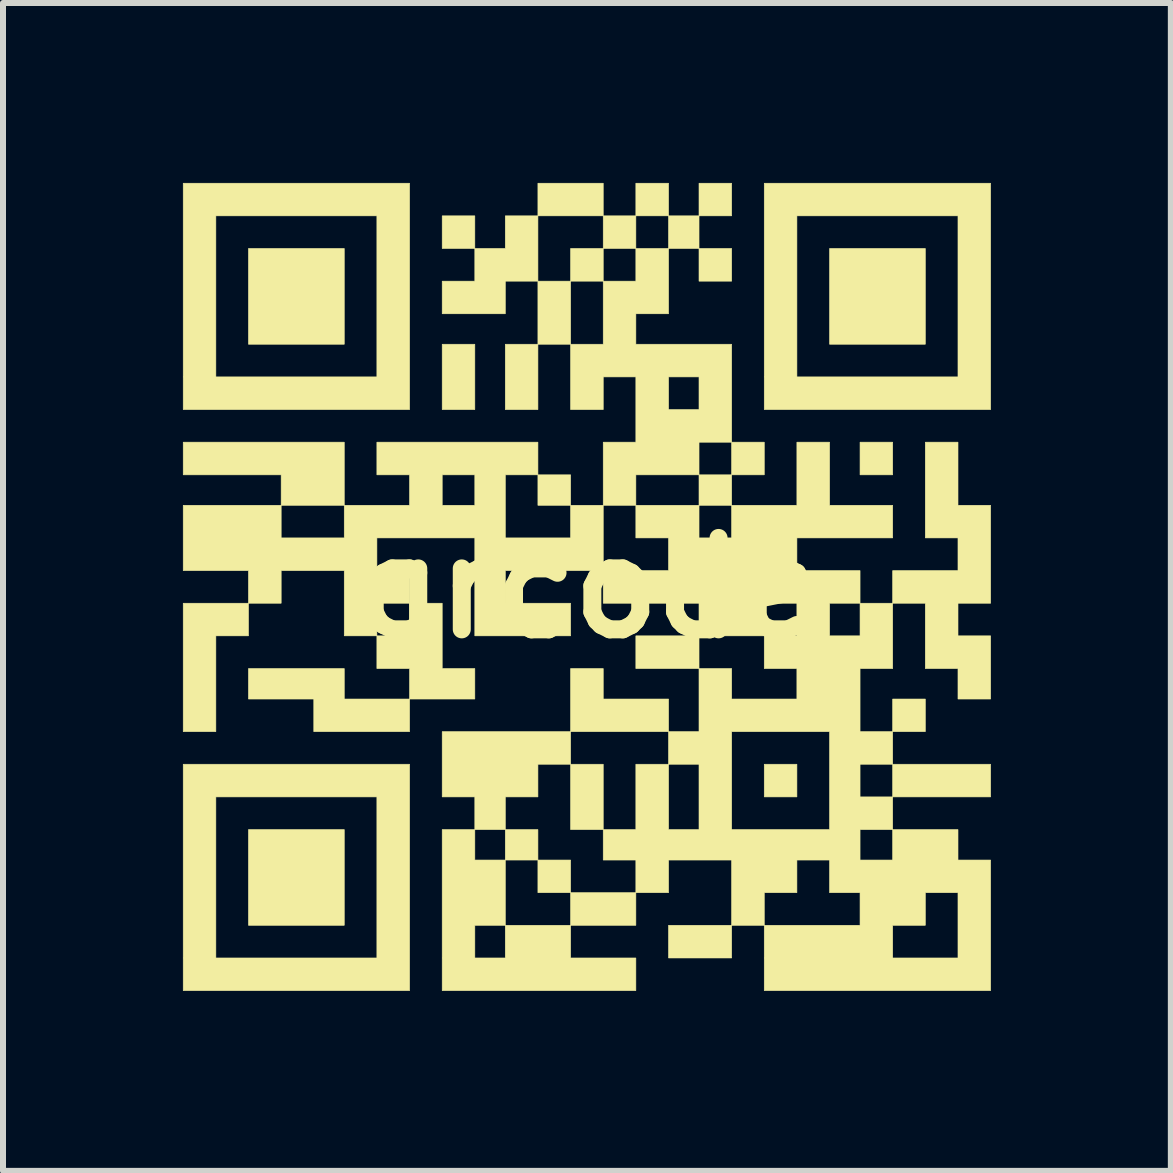
<source format=kicad_pcb>
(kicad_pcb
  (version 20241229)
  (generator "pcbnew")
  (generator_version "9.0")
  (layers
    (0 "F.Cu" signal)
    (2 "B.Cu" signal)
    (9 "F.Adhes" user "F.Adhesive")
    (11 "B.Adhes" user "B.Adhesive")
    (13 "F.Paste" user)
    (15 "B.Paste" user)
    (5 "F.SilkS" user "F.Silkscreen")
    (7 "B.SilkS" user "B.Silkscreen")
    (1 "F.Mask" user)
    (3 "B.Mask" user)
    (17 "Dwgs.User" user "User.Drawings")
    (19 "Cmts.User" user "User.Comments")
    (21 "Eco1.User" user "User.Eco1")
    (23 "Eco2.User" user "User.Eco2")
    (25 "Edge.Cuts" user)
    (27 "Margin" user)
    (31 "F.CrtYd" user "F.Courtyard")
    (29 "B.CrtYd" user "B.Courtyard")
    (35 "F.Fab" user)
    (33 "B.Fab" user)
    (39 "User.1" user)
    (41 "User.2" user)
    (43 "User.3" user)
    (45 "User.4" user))
  (footprint "qrcode"
    (layer "F.Cu")
    (at 6.754 6.754)
    (property "Reference" "qrcode" (at 0 0 0) (layer "F.SilkS") (effects (font (size 1.524 1.524) (thickness 0.3))))
    (attr through_hole)
    (fp_poly (pts (xy -4.064 -4.064) (xy -5.661 -4.064) (xy -5.661 -5.661) (xy -4.064 -5.661) (xy -4.064 -4.064)) (stroke (width 0.01) (type solid)) (fill yes) (layer "F.SilkS"))
    (fp_poly (pts (xy -4.064 5.624) (xy -5.661 5.624) (xy -5.661 4.028) (xy -4.064 4.028) (xy -4.064 5.624)) (stroke (width 0.01) (type solid)) (fill yes) (layer "F.SilkS"))
    (fp_poly (pts (xy -2.431 -5.661) (xy -2.431 -6.205) (xy -1.887 -6.205) (xy -1.887 -5.661) (xy -2.431 -5.661)) (stroke (width 0.01) (type solid)) (fill yes) (layer "F.SilkS"))
    (fp_poly (pts (xy -1.887 -2.975) (xy -2.431 -2.975) (xy -2.431 -4.064) (xy -1.887 -4.064) (xy -1.887 -2.975)) (stroke (width 0.01) (type solid)) (fill yes) (layer "F.SilkS"))
    (fp_poly (pts (xy -1.379 4.536) (xy -1.379 4.028) (xy -0.835 4.028) (xy -0.835 4.536) (xy -1.379 4.536)) (stroke (width 0.01) (type solid)) (fill yes) (layer "F.SilkS"))
    (fp_poly (pts (xy -0.835 -6.205) (xy -0.835 -6.749) (xy 0.254 -6.749) (xy 0.254 -6.205) (xy -0.835 -6.205)) (stroke (width 0.01) (type solid)) (fill yes) (layer "F.SilkS"))
    (fp_poly (pts (xy -0.835 -5.116) (xy -0.29 -5.116) (xy -0.29 -4.064) (xy -0.835 -4.064) (xy -0.835 -5.116)) (stroke (width 0.01) (type solid)) (fill yes) (layer "F.SilkS"))
    (fp_poly (pts (xy -0.835 -2.975) (xy -1.379 -2.975) (xy -1.379 -4.064) (xy -0.835 -4.064) (xy -0.835 -2.975)) (stroke (width 0.01) (type solid)) (fill yes) (layer "F.SilkS"))
    (fp_poly (pts (xy -0.835 -1.379) (xy -0.835 -1.887) (xy -0.29 -1.887) (xy -0.29 -1.379) (xy -0.835 -1.379)) (stroke (width 0.01) (type solid)) (fill yes) (layer "F.SilkS"))
    (fp_poly (pts (xy -0.29 4.536) (xy -0.29 5.08) (xy -0.835 5.08) (xy -0.835 4.536) (xy -0.29 4.536)) (stroke (width 0.01) (type solid)) (fill yes) (layer "F.SilkS"))
    (fp_poly (pts (xy 0.254 -5.116) (xy -0.29 -5.116) (xy -0.29 -5.661) (xy 0.254 -5.661) (xy 0.254 -5.116)) (stroke (width 0.01) (type solid)) (fill yes) (layer "F.SilkS"))
    (fp_poly (pts (xy 0.254 4.028) (xy -0.29 4.028) (xy -0.29 2.939) (xy 0.254 2.939) (xy 0.254 4.028)) (stroke (width 0.01) (type solid)) (fill yes) (layer "F.SilkS"))
    (fp_poly (pts (xy 1.851 -6.749) (xy 2.395 -6.749) (xy 2.395 -6.205) (xy 1.851 -6.205) (xy 1.851 -6.749)) (stroke (width 0.01) (type solid)) (fill yes) (layer "F.SilkS"))
    (fp_poly (pts (xy 2.395 -5.116) (xy 1.851 -5.116) (xy 1.851 -5.661) (xy 2.395 -5.661) (xy 2.395 -5.116)) (stroke (width 0.01) (type solid)) (fill yes) (layer "F.SilkS"))
    (fp_poly (pts (xy 2.395 -2.431) (xy 2.939 -2.431) (xy 2.939 -1.887) (xy 2.395 -1.887) (xy 2.395 -2.431)) (stroke (width 0.01) (type solid)) (fill yes) (layer "F.SilkS"))
    (fp_poly (pts (xy 2.395 6.169) (xy 1.343 6.169) (xy 1.343 5.624) (xy 2.395 5.624) (xy 2.395 6.169)) (stroke (width 0.01) (type solid)) (fill yes) (layer "F.SilkS"))
    (fp_poly (pts (xy 3.483 3.483) (xy 2.939 3.483) (xy 2.939 2.939) (xy 3.483 2.939) (xy 3.483 3.483)) (stroke (width 0.01) (type solid)) (fill yes) (layer "F.SilkS"))
    (fp_poly (pts (xy 5.08 -1.887) (xy 4.536 -1.887) (xy 4.536 -2.431) (xy 5.08 -2.431) (xy 5.08 -1.887)) (stroke (width 0.01) (type solid)) (fill yes) (layer "F.SilkS"))
    (fp_poly (pts (xy 5.08 1.851) (xy 5.624 1.851) (xy 5.624 2.395) (xy 5.08 2.395) (xy 5.08 1.851)) (stroke (width 0.01) (type solid)) (fill yes) (layer "F.SilkS"))
    (fp_poly (pts (xy 5.08 2.939) (xy 6.713 2.939) (xy 6.713 3.483) (xy 5.08 3.483) (xy 5.08 2.939)) (stroke (width 0.01) (type solid)) (fill yes) (layer "F.SilkS"))
    (fp_poly (pts (xy 5.624 -4.064) (xy 4.028 -4.064) (xy 4.028 -5.661) (xy 5.624 -5.661) (xy 5.624 -4.064)) (stroke (width 0.01) (type solid)) (fill yes) (layer "F.SilkS"))
    (fp_poly (pts (xy -5.661 0.798) (xy -6.205 0.798) (xy -6.205 2.395) (xy -6.749 2.395) (xy -6.749 0.254) (xy -5.661 0.254) (xy -5.661 0.798)) (stroke (width 0.01) (type solid)) (fill yes) (layer "F.SilkS"))
    (fp_poly (pts (xy -2.975 2.395) (xy -4.572 2.395) (xy -4.572 1.851) (xy -5.661 1.851) (xy -5.661 1.343) (xy -4.064 1.343) (xy -4.064 1.851) (xy -2.975 1.851) (xy -2.975 2.395)) (stroke (width 0.01) (type solid)) (fill yes) (layer "F.SilkS"))
    (fp_poly (pts (xy -2.975 1.343) (xy -3.52 1.343) (xy -3.52 0.798) (xy -2.975 0.798) (xy -2.975 0.254) (xy -2.431 0.254) (xy -2.431 1.343) (xy -1.887 1.343) (xy -1.887 1.851) (xy -2.975 1.851) (xy -2.975 1.343)) (stroke (width 0.01) (type solid)) (fill yes) (layer "F.SilkS"))
    (fp_poly (pts (xy -1.379 -5.661) (xy -1.379 -6.205) (xy -0.835 -6.205) (xy -0.835 -5.116) (xy -1.379 -5.116) (xy -1.379 -4.572) (xy -2.431 -4.572) (xy -2.431 -5.116) (xy -1.887 -5.116) (xy -1.887 -5.661) (xy -1.379 -5.661)) (stroke (width 0.01) (type solid)) (fill yes) (layer "F.SilkS"))
    (fp_poly (pts (xy -2.975 -2.975) (xy -6.749 -2.975) (xy -6.749 -6.205) (xy -6.205 -6.205) (xy -6.205 -3.52) (xy -3.52 -3.52) (xy -3.52 -6.205) (xy -6.205 -6.205) (xy -6.749 -6.205) (xy -6.749 -6.749) (xy -2.975 -6.749) (xy -2.975 -2.975)) (stroke (width 0.01) (type solid)) (fill yes) (layer "F.SilkS"))
    (fp_poly (pts (xy -2.975 6.713) (xy -6.749 6.713) (xy -6.749 3.483) (xy -6.205 3.483) (xy -6.205 6.169) (xy -3.52 6.169) (xy -3.52 3.483) (xy -6.205 3.483) (xy -6.749 3.483) (xy -6.749 2.939) (xy -2.975 2.939) (xy -2.975 6.713)) (stroke (width 0.01) (type solid)) (fill yes) (layer "F.SilkS"))
    (fp_poly (pts (xy 6.713 -2.975) (xy 2.939 -2.975) (xy 2.939 -6.205) (xy 3.483 -6.205) (xy 3.483 -3.52) (xy 6.169 -3.52) (xy 6.169 -6.205) (xy 3.483 -6.205) (xy 2.939 -6.205) (xy 2.939 -6.749) (xy 6.713 -6.749) (xy 6.713 -2.975)) (stroke (width 0.01) (type solid)) (fill yes) (layer "F.SilkS"))
    (fp_poly (pts (xy 5.08 -0.29) (xy 6.169 -0.29) (xy 6.169 -0.835) (xy 5.624 -0.835) (xy 5.624 -2.431) (xy 6.169 -2.431) (xy 6.169 -1.379) (xy 6.713 -1.379) (xy 6.713 0.254) (xy 6.169 0.254) (xy 6.169 0.798) (xy 6.713 0.798) (xy 6.713 1.851) (xy 6.169 1.851) (xy 6.169 1.343) (xy 5.624 1.343) (xy 5.624 0.254) (xy 5.08 0.254) (xy 5.08 -0.29)) (stroke (width 0.01) (type solid)) (fill yes) (layer "F.SilkS"))
    (fp_poly (pts (xy 1.851 -5.661) (xy 1.343 -5.661) (xy 1.343 -4.572) (xy 0.798 -4.572) (xy 0.798 -4.064) (xy 2.395 -4.064) (xy 2.395 -2.431) (xy 1.851 -2.431) (xy 1.851 -1.887) (xy 0.798 -1.887) (xy 0.798 -1.379) (xy 0.254 -1.379) (xy 0.254 -2.431) (xy 0.798 -2.431) (xy 0.798 -3.52) (xy 1.343 -3.52) (xy 1.343 -2.975) (xy 1.851 -2.975) (xy 1.851 -3.52) (xy 1.343 -3.52) (xy 0.798 -3.52) (xy 0.254 -3.52) (xy 0.254 -2.975) (xy -0.29 -2.975) (xy -0.29 -4.064) (xy 0.254 -4.064) (xy 0.254 -5.116) (xy 0.798 -5.116) (xy 0.798 -5.661) (xy 0.254 -5.661) (xy 0.254 -6.205) (xy 0.798 -6.205) (xy 0.798 -5.661) (xy 1.343 -5.661) (xy 1.343 -6.205) (xy 0.798 -6.205) (xy 0.798 -6.749) (xy 1.343 -6.749) (xy 1.343 -6.205) (xy 1.851 -6.205) (xy 1.851 -5.661)) (stroke (width 0.01) (type solid)) (fill yes) (layer "F.SilkS"))
    (fp_poly (pts (xy -1.379 -0.29) (xy -1.379 0.254) (xy -0.29 0.254) (xy -0.29 0.798) (xy -1.887 0.798) (xy -1.887 -0.835) (xy -3.52 -0.835) (xy -3.52 -0.29) (xy -2.975 -0.29) (xy -2.975 0.254) (xy -3.52 0.254) (xy -3.52 0.798) (xy -4.064 0.798) (xy -4.064 -0.29) (xy -5.116 -0.29) (xy -5.116 0.254) (xy -5.661 0.254) (xy -5.661 -0.29) (xy -6.749 -0.29) (xy -6.749 -1.379) (xy -5.116 -1.379) (xy -5.116 -0.835) (xy -4.064 -0.835) (xy -4.064 -1.379) (xy -5.116 -1.379) (xy -5.116 -1.887) (xy -6.749 -1.887) (xy -6.749 -2.431) (xy -4.064 -2.431) (xy -4.064 -1.379) (xy -2.975 -1.379) (xy -2.975 -1.887) (xy -2.431 -1.887) (xy -2.431 -1.379) (xy -1.887 -1.379) (xy -1.887 -1.887) (xy -2.431 -1.887) (xy -2.975 -1.887) (xy -3.52 -1.887) (xy -3.52 -2.431) (xy -0.835 -2.431) (xy -0.835 -1.887) (xy -1.379 -1.887) (xy -1.379 -0.835) (xy -0.29 -0.835) (xy -0.29 -1.379) (xy 0.254 -1.379) (xy 0.254 -0.29) (xy -1.379 -0.29)) (stroke (width 0.01) (type solid)) (fill yes) (layer "F.SilkS"))
    (fp_poly (pts (xy 2.395 -1.379) (xy 3.483 -1.379) (xy 3.483 -2.431) (xy 4.028 -2.431) (xy 4.028 -1.379) (xy 5.08 -1.379) (xy 5.08 -0.835) (xy 3.483 -0.835) (xy 3.483 -0.29) (xy 4.536 -0.29) (xy 4.536 0.254) (xy 5.08 0.254) (xy 5.08 1.343) (xy 4.536 1.343) (xy 4.536 2.395) (xy 5.08 2.395) (xy 5.08 2.939) (xy 4.536 2.939) (xy 4.536 3.483) (xy 5.08 3.483) (xy 5.08 4.028) (xy 6.169 4.028) (xy 6.169 4.536) (xy 6.713 4.536) (xy 6.713 6.713) (xy 2.939 6.713) (xy 2.939 5.624) (xy 2.395 5.624) (xy 2.395 5.08) (xy 2.939 5.08) (xy 2.939 5.624) (xy 4.536 5.624) (xy 5.08 5.624) (xy 5.08 6.169) (xy 6.169 6.169) (xy 6.169 5.08) (xy 5.624 5.08) (xy 5.624 5.624) (xy 5.08 5.624) (xy 4.536 5.624) (xy 4.536 5.08) (xy 4.028 5.08) (xy 4.028 4.536) (xy 3.483 4.536) (xy 3.483 5.08) (xy 2.939 5.08) (xy 2.395 5.08) (xy 2.395 4.536) (xy 1.343 4.536) (xy 1.343 5.08) (xy 0.798 5.08) (xy 0.798 5.624) (xy -0.29 5.624) (xy -0.29 6.169) (xy 0.798 6.169) (xy 0.798 6.713) (xy -2.431 6.713) (xy -2.431 5.624) (xy -1.887 5.624) (xy -1.887 6.169) (xy -1.379 6.169) (xy -1.379 5.624) (xy -1.887 5.624) (xy -2.431 5.624) (xy -2.431 4.028) (xy -1.887 4.028) (xy -1.887 4.536) (xy -1.379 4.536) (xy -1.379 5.624) (xy -0.29 5.624) (xy -0.29 5.08) (xy 0.798 5.08) (xy 0.798 4.536) (xy 0.254 4.536) (xy 0.254 4.028) (xy 0.798 4.028) (xy 0.798 2.939) (xy 1.343 2.939) (xy 1.343 4.028) (xy 1.851 4.028) (xy 1.851 2.939) (xy 1.343 2.939) (xy 1.343 2.395) (xy -0.29 2.395) (xy -0.29 2.939) (xy -0.835 2.939) (xy -0.835 3.483) (xy -1.379 3.483) (xy -1.379 4.028) (xy -1.887 4.028) (xy -1.887 3.483) (xy -2.431 3.483) (xy -2.431 2.395) (xy -0.29 2.395) (xy -0.29 1.343) (xy 0.254 1.343) (xy 0.254 1.851) (xy 1.343 1.851) (xy 1.343 2.395) (xy 1.851 2.395) (xy 2.395 2.395) (xy 2.395 4.028) (xy 4.028 4.028) (xy 4.536 4.028) (xy 4.536 4.536) (xy 5.08 4.536) (xy 5.08 4.028) (xy 4.536 4.028) (xy 4.028 4.028) (xy 4.028 2.395) (xy 2.395 2.395) (xy 1.851 2.395) (xy 1.851 1.343) (xy 0.798 1.343) (xy 0.798 0.798) (xy 1.851 0.798) (xy 1.851 1.343) (xy 2.395 1.343) (xy 2.395 1.851) (xy 3.483 1.851) (xy 3.483 1.343) (xy 2.939 1.343) (xy 2.939 0.798) (xy 1.851 0.798) (xy 1.851 0.254) (xy 2.939 0.254) (xy 2.939 0.798) (xy 3.483 0.798) (xy 3.483 0.254) (xy 4.028 0.254) (xy 4.028 0.798) (xy 4.536 0.798) (xy 4.536 0.254) (xy 4.028 0.254) (xy 3.483 0.254) (xy 2.939 0.254) (xy 1.851 0.254) (xy 0.254 0.254) (xy 0.254 -0.29) (xy 1.343 -0.29) (xy 1.343 -0.835) (xy 0.798 -0.835) (xy 0.798 -1.379) (xy 1.851 -1.379) (xy 1.851 -0.835) (xy 2.395 -0.835) (xy 2.395 -1.379) (xy 1.851 -1.379) (xy 1.851 -1.887) (xy 2.395 -1.887) (xy 2.395 -1.379)) (stroke (width 0.01) (type solid)) (fill yes) (layer "F.SilkS")))
  (gr_rect
    (start -3 -3)
    (end 16.472 16.472)
    (stroke (width 0.1) (type default))
    (fill no)
    (layer "Edge.Cuts")))
</source>
